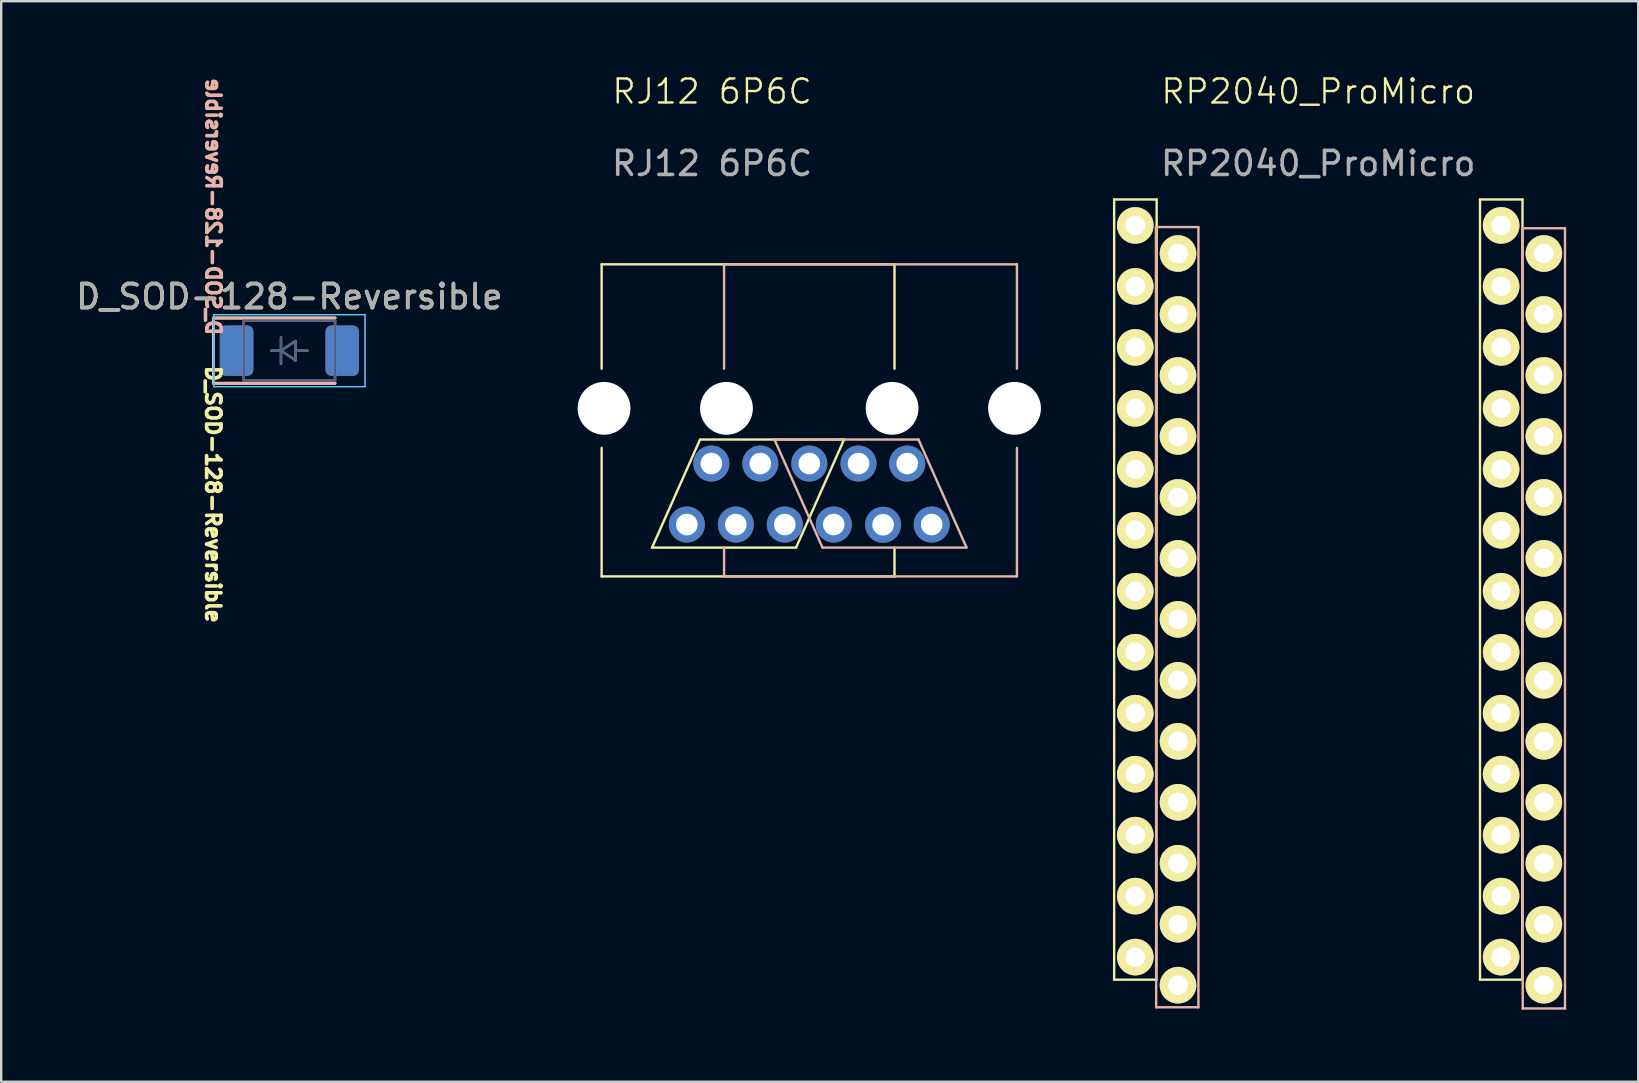
<source format=kicad_pcb>
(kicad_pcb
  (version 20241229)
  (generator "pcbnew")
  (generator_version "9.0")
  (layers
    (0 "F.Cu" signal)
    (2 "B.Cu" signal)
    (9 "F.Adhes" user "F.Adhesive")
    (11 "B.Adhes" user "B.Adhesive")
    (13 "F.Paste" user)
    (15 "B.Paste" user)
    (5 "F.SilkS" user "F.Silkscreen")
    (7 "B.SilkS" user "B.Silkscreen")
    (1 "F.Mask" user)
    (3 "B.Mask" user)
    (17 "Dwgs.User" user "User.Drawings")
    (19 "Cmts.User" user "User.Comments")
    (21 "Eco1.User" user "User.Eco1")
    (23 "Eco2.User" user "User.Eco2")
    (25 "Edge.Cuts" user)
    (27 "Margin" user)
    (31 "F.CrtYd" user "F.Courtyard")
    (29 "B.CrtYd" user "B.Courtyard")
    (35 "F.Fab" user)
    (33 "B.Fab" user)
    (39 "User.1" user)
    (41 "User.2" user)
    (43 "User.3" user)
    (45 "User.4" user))
  (footprint "RJ12 6P6C"
    (layer "F.Cu")
    (at 26.612 1.26)
    (property "Reference" "RJ12 6P6C" (at 0 -0.5 0) (unlocked yes) (layer "F.SilkS") (effects (font (size 1 1) (thickness 0.1))))
    (attr through_hole)
    (fp_line (start -4.6 6.7) (end -4.6 11.05) (stroke (width 0.1) (type default)) (layer "F.SilkS"))
    (fp_line (start -4.6 14.35) (end -4.6 19.7) (stroke (width 0.1) (type default)) (layer "F.SilkS"))
    (fp_line (start -4.6 19.7) (end 7.6 19.7) (stroke (width 0.1) (type default)) (layer "F.SilkS"))
    (fp_line (start -2.5 18.5) (end 3.5 18.5) (stroke (width 0.1) (type default)) (layer "F.SilkS"))
    (fp_line (start -0.5 14) (end -2.5 18.5) (stroke (width 0.1) (type default)) (layer "F.SilkS"))
    (fp_line (start 3.5 18.5) (end 5.5 14) (stroke (width 0.1) (type default)) (layer "F.SilkS"))
    (fp_line (start 5.5 14) (end -0.5 14) (stroke (width 0.1) (type default)) (layer "F.SilkS"))
    (fp_line (start 7.6 6.7) (end -4.6 6.7) (stroke (width 0.1) (type default)) (layer "F.SilkS"))
    (fp_line (start 7.6 11.05) (end 7.6 6.7) (stroke (width 0.1) (type default)) (layer "F.SilkS"))
    (fp_line (start 7.6 19.7) (end 7.6 18.5) (stroke (width 0.1) (type default)) (layer "F.SilkS"))
    (fp_line (start 0.5 6.7) (end 12.7 6.7) (stroke (width 0.1) (type default)) (layer "B.SilkS"))
    (fp_line (start 0.5 11.05) (end 0.5 6.7) (stroke (width 0.1) (type default)) (layer "B.SilkS"))
    (fp_line (start 0.5 19.7) (end 0.5 18.5) (stroke (width 0.1) (type default)) (layer "B.SilkS"))
    (fp_line (start 2.6 14) (end 8.6 14) (stroke (width 0.1) (type default)) (layer "B.SilkS"))
    (fp_line (start 4.6 18.5) (end 2.6 14) (stroke (width 0.1) (type default)) (layer "B.SilkS"))
    (fp_line (start 8.6 14) (end 10.6 18.5) (stroke (width 0.1) (type default)) (layer "B.SilkS"))
    (fp_line (start 10.6 18.5) (end 4.6 18.5) (stroke (width 0.1) (type default)) (layer "B.SilkS"))
    (fp_line (start 12.7 6.7) (end 12.7 11.05) (stroke (width 0.1) (type default)) (layer "B.SilkS"))
    (fp_line (start 12.7 14.35) (end 12.7 19.7) (stroke (width 0.1) (type default)) (layer "B.SilkS"))
    (fp_line (start 12.7 19.7) (end 0.5 19.7) (stroke (width 0.1) (type default)) (layer "B.SilkS"))
    (fp_text user "${REFERENCE}" (at 0 2.5 0) (unlocked yes) (layer "F.Fab") (effects (font (size 1 1) (thickness 0.15))))
    (pad "" np_thru_hole circle (at -4.5 12.7) (size 2.2 2.2) (drill 2.2) (layers "*.Cu" "*.Mask"))
    (pad "" np_thru_hole circle (at 0.6 12.7) (size 2.2 2.2) (drill 2.2) (layers "*.Cu" "*.Mask"))
    (pad "" np_thru_hole circle (at 7.5 12.7) (size 2.2 2.2) (drill 2.2) (layers "*.Cu" "*.Mask"))
    (pad "" np_thru_hole circle (at 12.6 12.7) (size 2.2 2.2) (drill 2.2) (layers "*.Cu" "*.Mask"))
    (pad "1" thru_hole circle (at 4.05 15) (size 1.5 1.5) (drill 0.9) (layers "*.Cu" "*.Mask"))
    (pad "2" thru_hole circle (at 3.03 17.54) (size 1.5 1.5) (drill 0.9) (layers "*.Cu" "*.Mask"))
    (pad "2" thru_hole circle (at 5.07 17.54) (size 1.5 1.5) (drill 0.9) (layers "*.Cu" "*.Mask"))
    (pad "3" thru_hole circle (at 2.01 15) (size 1.5 1.5) (drill 0.9) (layers "*.Cu" "*.Mask"))
    (pad "3" thru_hole circle (at 7.125 17.55) (size 1.5 1.5) (drill 0.9) (layers "*.Cu" "*.Mask"))
    (pad "4" thru_hole circle (at 0.99 17.54) (size 1.5 1.5) (drill 0.9) (layers "*.Cu" "*.Mask"))
    (pad "4" thru_hole circle (at 6.1 15) (size 1.5 1.5) (drill 0.9) (layers "*.Cu" "*.Mask"))
    (pad "5" thru_hole circle (at -0.03 15) (size 1.5 1.5) (drill 0.9) (layers "*.Cu" "*.Mask"))
    (pad "5" thru_hole circle (at 8.13 15) (size 1.5 1.5) (drill 0.9) (layers "*.Cu" "*.Mask"))
    (pad "6" thru_hole circle (at -1.05 17.54) (size 1.5 1.5) (drill 0.9) (layers "*.Cu" "*.Mask"))
    (pad "6" thru_hole circle (at 9.15 17.54) (size 1.5 1.5) (drill 0.9) (layers "*.Cu" "*.Mask")))
  (footprint "D_SOD-128-Reversible"
    (layer "F.Cu")
    (at 9.006 11.557)
    (property "Reference" "D_SOD-128-Reversible" (at 0 -2.25 0) (layer "F.SilkS") (effects (font (size 1 1) (thickness 0.15))))
    (attr smd)
    (fp_line (start -3.16 -1.36) (end -3.16 1.36) (stroke (width 0.12) (type solid)) (layer "F.SilkS"))
    (fp_line (start -3.16 -1.36) (end 1.9 -1.36) (stroke (width 0.12) (type solid)) (layer "F.SilkS"))
    (fp_line (start -3.16 1.36) (end 1.9 1.36) (stroke (width 0.12) (type solid)) (layer "F.SilkS"))
    (fp_line (start -3.16 -1.36) (end 1.9 -1.36) (stroke (width 0.12) (type solid)) (layer "B.SilkS"))
    (fp_line (start -3.16 1.36) (end -3.16 -1.36) (stroke (width 0.12) (type solid)) (layer "B.SilkS"))
    (fp_line (start -3.16 1.36) (end 1.9 1.36) (stroke (width 0.12) (type solid)) (layer "B.SilkS"))
    (fp_line (start -3.15 1.5) (end -3.15 -1.5) (stroke (width 0.05) (type solid)) (layer "B.CrtYd"))
    (fp_line (start -3.15 1.5) (end 3.15 1.5) (stroke (width 0.05) (type solid)) (layer "B.CrtYd"))
    (fp_line (start 3.15 -1.5) (end -3.15 -1.5) (stroke (width 0.05) (type solid)) (layer "B.CrtYd"))
    (fp_line (start 3.15 1.5) (end 3.15 -1.5) (stroke (width 0.05) (type solid)) (layer "B.CrtYd"))
    (fp_line (start -3.15 -1.5) (end -3.15 1.5) (stroke (width 0.05) (type solid)) (layer "F.CrtYd"))
    (fp_line (start -3.15 -1.5) (end 3.15 -1.5) (stroke (width 0.05) (type solid)) (layer "F.CrtYd"))
    (fp_line (start 3.15 -1.5) (end 3.15 1.5) (stroke (width 0.05) (type solid)) (layer "F.CrtYd"))
    (fp_line (start 3.15 1.5) (end -3.15 1.5) (stroke (width 0.05) (type solid)) (layer "F.CrtYd"))
    (fp_line (start -1.9 -1.25) (end -1.9 1.25) (stroke (width 0.1) (type solid)) (layer "B.Fab"))
    (fp_line (start -1.9 1.25) (end 1.9 1.25) (stroke (width 0.1) (type solid)) (layer "B.Fab"))
    (fp_line (start -0.75 0) (end -0.35 0) (stroke (width 0.1) (type solid)) (layer "B.Fab"))
    (fp_line (start -0.35 0) (end -0.35 -0.55) (stroke (width 0.1) (type solid)) (layer "B.Fab"))
    (fp_line (start -0.35 0) (end -0.35 0.55) (stroke (width 0.1) (type solid)) (layer "B.Fab"))
    (fp_line (start -0.35 0) (end 0.25 0.4) (stroke (width 0.1) (type solid)) (layer "B.Fab"))
    (fp_line (start 0.25 -0.4) (end -0.35 0) (stroke (width 0.1) (type solid)) (layer "B.Fab"))
    (fp_line (start 0.25 0) (end 0.75 0) (stroke (width 0.1) (type solid)) (layer "B.Fab"))
    (fp_line (start 0.25 0.4) (end 0.25 -0.4) (stroke (width 0.1) (type solid)) (layer "B.Fab"))
    (fp_line (start 1.9 -1.25) (end -1.9 -1.25) (stroke (width 0.1) (type solid)) (layer "B.Fab"))
    (fp_line (start 1.9 1.25) (end 1.9 -1.25) (stroke (width 0.1) (type solid)) (layer "B.Fab"))
    (fp_line (start -1.9 -1.25) (end 1.9 -1.25) (stroke (width 0.1) (type solid)) (layer "F.Fab"))
    (fp_line (start -1.9 1.25) (end -1.9 -1.25) (stroke (width 0.1) (type solid)) (layer "F.Fab"))
    (fp_line (start -0.75 0) (end -0.35 0) (stroke (width 0.1) (type solid)) (layer "F.Fab"))
    (fp_line (start -0.35 0) (end -0.35 -0.55) (stroke (width 0.1) (type solid)) (layer "F.Fab"))
    (fp_line (start -0.35 0) (end -0.35 0.55) (stroke (width 0.1) (type solid)) (layer "F.Fab"))
    (fp_line (start -0.35 0) (end 0.25 -0.4) (stroke (width 0.1) (type solid)) (layer "F.Fab"))
    (fp_line (start 0.25 -0.4) (end 0.25 0.4) (stroke (width 0.1) (type solid)) (layer "F.Fab"))
    (fp_line (start 0.25 0) (end 0.75 0) (stroke (width 0.1) (type solid)) (layer "F.Fab"))
    (fp_line (start 0.25 0.4) (end -0.35 0) (stroke (width 0.1) (type solid)) (layer "F.Fab"))
    (fp_line (start 1.9 -1.25) (end 1.9 1.25) (stroke (width 0.1) (type solid)) (layer "F.Fab"))
    (fp_line (start 1.9 1.25) (end -1.9 1.25) (stroke (width 0.1) (type solid)) (layer "F.Fab"))
    (fp_text user "${REFERENCE}" (at -3.53 0.56 270) (unlocked yes) (layer "F.SilkS") (effects (font (size 0.6 0.6) (thickness 0.15) (bold yes)) (justify left bottom)))
    (fp_text user "${REFERENCE}" (at -3.52 -0.57 270) (unlocked yes) (layer "B.SilkS") (effects (font (size 0.6 0.6) (thickness 0.15) (bold yes)) (justify left bottom mirror)))
    (fp_text user "${REFERENCE}" (at 0 -2.25 0) (layer "F.Fab") (effects (font (size 1 1) (thickness 0.15))))
    (pad "1" smd roundrect (at -2.2 0 180) (size 1.4 2.1) (layers "F.Cu" "F.Mask" "F.Paste") (roundrect_rratio 0.179))
    (pad "1" smd roundrect (at -2.2 0) (size 1.4 2.1) (layers "B.Cu" "B.Mask" "B.Paste") (roundrect_rratio 0.179))
    (pad "2" smd roundrect (at 2.2 0 180) (size 1.4 2.1) (layers "F.Cu" "F.Mask" "F.Paste") (roundrect_rratio 0.179))
    (pad "2" smd roundrect (at 2.2 0) (size 1.4 2.1) (layers "B.Cu" "B.Mask" "B.Paste") (roundrect_rratio 0.179)))
  (footprint "RP2040_ProMicro"
    (layer "F.Cu")
    (at 51.862 1.26)
    (property "Reference" "RP2040_ProMicro" (at 0 -0.5 0) (unlocked yes) (layer "F.SilkS") (effects (font (size 1 1) (thickness 0.1))))
    (attr through_hole)
    (fp_line (start -8.5 4) (end -8.5 36.5) (stroke (width 0.1) (type default)) (layer "F.SilkS"))
    (fp_line (start -8.5 4) (end -6.73 4) (stroke (width 0.1) (type default)) (layer "F.SilkS"))
    (fp_line (start -8.5 36.5) (end -6.74 36.5) (stroke (width 0.1) (type default)) (layer "F.SilkS"))
    (fp_line (start -6.73 4) (end -6.74 36.5) (stroke (width 0.1) (type default)) (layer "F.SilkS"))
    (fp_line (start 6.74 4) (end 6.74 36.5) (stroke (width 0.1) (type default)) (layer "F.SilkS"))
    (fp_line (start 6.74 4) (end 8.51 4) (stroke (width 0.1) (type default)) (layer "F.SilkS"))
    (fp_line (start 6.74 36.5) (end 8.5 36.5) (stroke (width 0.1) (type default)) (layer "F.SilkS"))
    (fp_line (start 8.51 4) (end 8.5 36.5) (stroke (width 0.1) (type default)) (layer "F.SilkS"))
    (fp_line (start -6.76 5.15) (end -6.75 37.65) (stroke (width 0.1) (type default)) (layer "B.SilkS"))
    (fp_line (start -4.99 5.15) (end -6.76 5.15) (stroke (width 0.1) (type default)) (layer "B.SilkS"))
    (fp_line (start -4.99 5.15) (end -4.99 37.65) (stroke (width 0.1) (type default)) (layer "B.SilkS"))
    (fp_line (start -4.99 37.65) (end -6.75 37.65) (stroke (width 0.1) (type default)) (layer "B.SilkS"))
    (fp_line (start 8.51 5.2) (end 8.52 37.7) (stroke (width 0.1) (type default)) (layer "B.SilkS"))
    (fp_line (start 10.28 5.2) (end 8.51 5.2) (stroke (width 0.1) (type default)) (layer "B.SilkS"))
    (fp_line (start 10.28 5.2) (end 10.28 37.7) (stroke (width 0.1) (type default)) (layer "B.SilkS"))
    (fp_line (start 10.28 37.7) (end 8.52 37.7) (stroke (width 0.1) (type default)) (layer "B.SilkS"))
    (fp_text user "${REFERENCE}" (at 0 2.5 0) (unlocked yes) (layer "F.Fab") (effects (font (size 1 1) (thickness 0.15))))
    (pad "0" thru_hole circle (at -7.62 7.62) (size 1.524 1.524) (drill 0.813) (layers "*.Cu" "*.Mask" "F.SilkS"))
    (pad "0" thru_hole circle (at 9.4 8.79) (size 1.524 1.524) (drill 0.813) (layers "*.Cu" "*.Mask" "F.SilkS"))
    (pad "1" thru_hole circle (at -7.62 10.16) (size 1.524 1.524) (drill 0.813) (layers "*.Cu" "*.Mask" "F.SilkS"))
    (pad "1" thru_hole circle (at 9.4 11.33) (size 1.524 1.524) (drill 0.813) (layers "*.Cu" "*.Mask" "F.SilkS"))
    (pad "2" thru_hole circle (at -7.62 17.78) (size 1.524 1.524) (drill 0.813) (layers "*.Cu" "*.Mask" "F.SilkS"))
    (pad "2" thru_hole circle (at 9.4 18.95) (size 1.524 1.524) (drill 0.813) (layers "*.Cu" "*.Mask" "F.SilkS"))
    (pad "3" thru_hole circle (at -7.62 20.32) (size 1.524 1.524) (drill 0.813) (layers "*.Cu" "*.Mask" "F.SilkS"))
    (pad "3" thru_hole circle (at 9.4 21.49) (size 1.524 1.524) (drill 0.813) (layers "*.Cu" "*.Mask" "F.SilkS"))
    (pad "3V3" thru_hole circle (at -5.84 16.41) (size 1.524 1.524) (drill 0.813) (layers "*.Cu" "*.Mask" "F.SilkS"))
    (pad "3V3" thru_hole circle (at 7.62 15.24) (size 1.524 1.524) (drill 0.813) (layers "*.Cu" "*.Mask" "F.SilkS"))
    (pad "4" thru_hole circle (at -7.62 22.86) (size 1.524 1.524) (drill 0.813) (layers "*.Cu" "*.Mask" "F.SilkS"))
    (pad "4" thru_hole circle (at 9.4 24.03) (size 1.524 1.524) (drill 0.813) (layers "*.Cu" "*.Mask" "F.SilkS"))
    (pad "5" thru_hole circle (at -7.62 25.4) (size 1.524 1.524) (drill 0.813) (layers "*.Cu" "*.Mask" "F.SilkS"))
    (pad "5" thru_hole circle (at 9.4 26.57) (size 1.524 1.524) (drill 0.813) (layers "*.Cu" "*.Mask" "F.SilkS"))
    (pad "5V" thru_hole circle (at -5.84 8.79) (size 1.524 1.524) (drill 0.813) (layers "*.Cu" "*.Mask" "F.SilkS"))
    (pad "5V" thru_hole circle (at 7.62 7.62) (size 1.524 1.524) (drill 0.813) (layers "*.Cu" "*.Mask" "F.SilkS"))
    (pad "6" thru_hole circle (at -7.62 27.94) (size 1.524 1.524) (drill 0.813) (layers "*.Cu" "*.Mask" "F.SilkS"))
    (pad "6" thru_hole circle (at 9.4 29.11) (size 1.524 1.524) (drill 0.813) (layers "*.Cu" "*.Mask" "F.SilkS"))
    (pad "7" thru_hole circle (at -7.62 30.48) (size 1.524 1.524) (drill 0.813) (layers "*.Cu" "*.Mask" "F.SilkS"))
    (pad "7" thru_hole circle (at 9.4 31.65) (size 1.524 1.524) (drill 0.813) (layers "*.Cu" "*.Mask" "F.SilkS"))
    (pad "8" thru_hole circle (at -7.62 33.02) (size 1.524 1.524) (drill 0.813) (layers "*.Cu" "*.Mask" "F.SilkS"))
    (pad "8" thru_hole circle (at 9.4 34.19) (size 1.524 1.524) (drill 0.813) (layers "*.Cu" "*.Mask" "F.SilkS"))
    (pad "9" thru_hole circle (at -7.62 35.56) (size 1.524 1.524) (drill 0.813) (layers "*.Cu" "*.Mask" "F.SilkS"))
    (pad "9" thru_hole circle (at 9.4 36.73) (size 1.524 1.524) (drill 0.813) (layers "*.Cu" "*.Mask" "F.SilkS"))
    (pad "10" thru_hole circle (at -7.62 5.08) (size 1.524 1.524) (drill 0.813) (layers "*.Cu" "*.Mask" "F.SilkS"))
    (pad "10" thru_hole circle (at 9.4 6.25) (size 1.524 1.524) (drill 0.813) (layers "*.Cu" "*.Mask" "F.SilkS"))
    (pad "11" thru_hole circle (at -5.84 6.25) (size 1.524 1.524) (drill 0.813) (layers "*.Cu" "*.Mask" "F.SilkS"))
    (pad "11" thru_hole circle (at 7.62 5.08) (size 1.524 1.524) (drill 0.813) (layers "*.Cu" "*.Mask" "F.SilkS"))
    (pad "20" thru_hole circle (at -5.84 31.65) (size 1.524 1.524) (drill 0.813) (layers "*.Cu" "*.Mask" "F.SilkS"))
    (pad "20" thru_hole circle (at 7.62 30.48) (size 1.524 1.524) (drill 0.813) (layers "*.Cu" "*.Mask" "F.SilkS"))
    (pad "21" thru_hole circle (at -5.84 36.73) (size 1.524 1.524) (drill 0.813) (layers "*.Cu" "*.Mask" "F.SilkS"))
    (pad "21" thru_hole circle (at 7.62 35.56) (size 1.524 1.524) (drill 0.813) (layers "*.Cu" "*.Mask" "F.SilkS"))
    (pad "22" thru_hole circle (at -5.84 29.11) (size 1.524 1.524) (drill 0.813) (layers "*.Cu" "*.Mask" "F.SilkS"))
    (pad "22" thru_hole circle (at 7.62 27.94) (size 1.524 1.524) (drill 0.813) (layers "*.Cu" "*.Mask" "F.SilkS"))
    (pad "23" thru_hole circle (at -5.84 34.19) (size 1.524 1.524) (drill 0.813) (layers "*.Cu" "*.Mask" "F.SilkS"))
    (pad "23" thru_hole circle (at 7.62 33.02) (size 1.524 1.524) (drill 0.813) (layers "*.Cu" "*.Mask" "F.SilkS"))
    (pad "26" thru_hole circle (at -5.84 26.57) (size 1.524 1.524) (drill 0.813) (layers "*.Cu" "*.Mask" "F.SilkS"))
    (pad "26" thru_hole circle (at 7.62 25.4) (size 1.524 1.524) (drill 0.813) (layers "*.Cu" "*.Mask" "F.SilkS"))
    (pad "27" thru_hole circle (at -5.84 24.03) (size 1.524 1.524) (drill 0.813) (layers "*.Cu" "*.Mask" "F.SilkS"))
    (pad "27" thru_hole circle (at 7.62 22.86) (size 1.524 1.524) (drill 0.813) (layers "*.Cu" "*.Mask" "F.SilkS"))
    (pad "28" thru_hole circle (at -5.84 21.49) (size 1.524 1.524) (drill 0.813) (layers "*.Cu" "*.Mask" "F.SilkS"))
    (pad "28" thru_hole circle (at 7.62 20.32) (size 1.524 1.524) (drill 0.813) (layers "*.Cu" "*.Mask" "F.SilkS"))
    (pad "29" thru_hole circle (at -5.84 18.95) (size 1.524 1.524) (drill 0.813) (layers "*.Cu" "*.Mask" "F.SilkS"))
    (pad "29" thru_hole circle (at 7.62 17.78) (size 1.524 1.524) (drill 0.813) (layers "*.Cu" "*.Mask" "F.SilkS"))
    (pad "GND0" thru_hole circle (at -7.62 12.7) (size 1.524 1.524) (drill 0.813) (layers "*.Cu" "*.Mask" "F.SilkS"))
    (pad "GND0" thru_hole circle (at 9.4 13.87) (size 1.524 1.524) (drill 0.813) (layers "*.Cu" "*.Mask" "F.SilkS"))
    (pad "GND1" thru_hole circle (at -7.62 15.24) (size 1.524 1.524) (drill 0.813) (layers "*.Cu" "*.Mask" "F.SilkS"))
    (pad "GND1" thru_hole circle (at 9.4 16.41) (size 1.524 1.524) (drill 0.813) (layers "*.Cu" "*.Mask" "F.SilkS"))
    (pad "GND2" thru_hole circle (at -5.84 11.33) (size 1.524 1.524) (drill 0.813) (layers "*.Cu" "*.Mask" "F.SilkS"))
    (pad "GND2" thru_hole circle (at 7.62 10.16) (size 1.524 1.524) (drill 0.813) (layers "*.Cu" "*.Mask" "F.SilkS"))
    (pad "RST" thru_hole circle (at -5.84 13.87) (size 1.524 1.524) (drill 0.813) (layers "*.Cu" "*.Mask" "F.SilkS"))
    (pad "RST" thru_hole circle (at 7.62 12.7) (size 1.524 1.524) (drill 0.813) (layers "*.Cu" "*.Mask" "F.SilkS")))
  (gr_rect
    (start -3 -3)
    (end 65.192 42.011)
    (stroke (width 0.1) (type default))
    (fill no)
    (layer "Edge.Cuts")))
</source>
